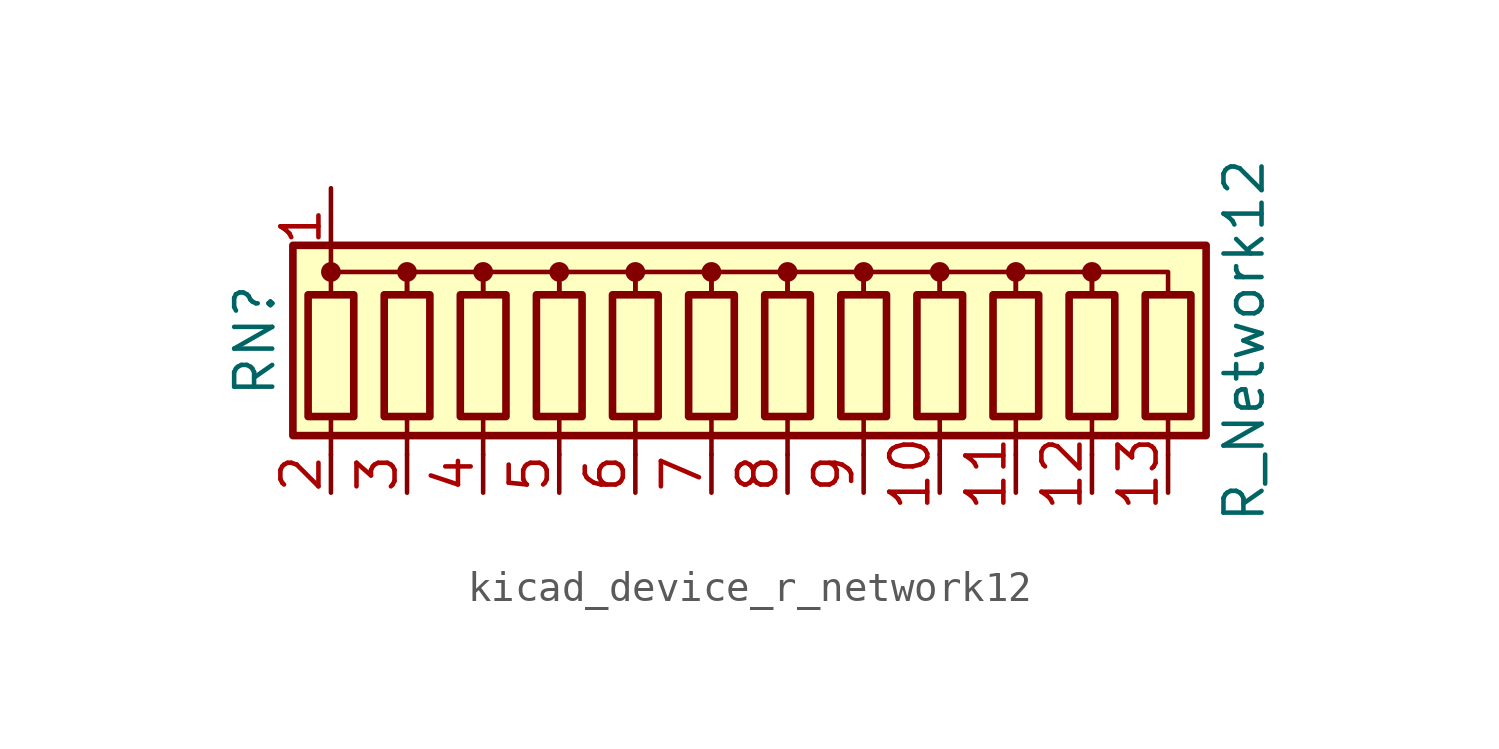
<source format=kicad_sym>
(kicad_symbol_lib
  (version 20220914)
  (generator kicad_symbol_editor)
  (symbol "kicad_device_r_network12"
    (pin_names
      (offset 0) hide)
    (property "Reference" "RN"
      (at -17.78 0 90)
      (effects (font (size 1.27 1.27))))
    (property "Value" "R_Network12"
      (at 15.24 0 90)
      (effects (font (size 1.27 1.27))))
    (symbol "kicad_device_r_network12_0_1"
      (rectangle (start -16.51 -3.175) (end 13.97 3.175) (stroke (width 0.254) (type default)) (fill (type background)))
      (rectangle (start -16.002 1.524) (end -14.478 -2.54) (stroke (width 0.254) (type default)) (fill (type none)))
      (circle (center -15.24 2.286) (radius 0.254) (stroke (width 0) (type default)) (fill (type outline)))
      (rectangle (start -13.462 1.524) (end -11.938 -2.54) (stroke (width 0.254) (type default)) (fill (type none)))
      (circle (center -12.7 2.286) (radius 0.254) (stroke (width 0) (type default)) (fill (type outline)))
      (rectangle (start -10.922 1.524) (end -9.398 -2.54) (stroke (width 0.254) (type default)) (fill (type none)))
      (circle (center -10.16 2.286) (radius 0.254) (stroke (width 0) (type default)) (fill (type outline)))
      (rectangle (start -8.382 1.524) (end -6.858 -2.54) (stroke (width 0.254) (type default)) (fill (type none)))
      (circle (center -7.62 2.286) (radius 0.254) (stroke (width 0) (type default)) (fill (type outline)))
      (rectangle (start -5.842 1.524) (end -4.318 -2.54) (stroke (width 0.254) (type default)) (fill (type none)))
      (circle (center -5.08 2.286) (radius 0.254) (stroke (width 0) (type default)) (fill (type outline)))
      (rectangle (start -3.302 1.524) (end -1.778 -2.54) (stroke (width 0.254) (type default)) (fill (type none)))
      (circle (center -2.54 2.286) (radius 0.254) (stroke (width 0) (type default)) (fill (type outline)))
      (rectangle (start -0.762 1.524) (end 0.762 -2.54) (stroke (width 0.254) (type default)) (fill (type none)))
      (polyline (pts (xy -15.24 -2.54) (xy -15.24 -3.81)) (stroke (width 0) (type default)) (fill (type none)))
      (polyline (pts (xy -12.7 -2.54) (xy -12.7 -3.81)) (stroke (width 0) (type default)) (fill (type none)))
      (polyline (pts (xy -10.16 -2.54) (xy -10.16 -3.81)) (stroke (width 0) (type default)) (fill (type none)))
      (polyline (pts (xy -7.62 -2.54) (xy -7.62 -3.81)) (stroke (width 0) (type default)) (fill (type none)))
      (polyline (pts (xy -5.08 -2.54) (xy -5.08 -3.81)) (stroke (width 0) (type default)) (fill (type none)))
      (polyline (pts (xy -2.54 -2.54) (xy -2.54 -3.81)) (stroke (width 0) (type default)) (fill (type none)))
      (polyline (pts (xy 0 -2.54) (xy 0 -3.81)) (stroke (width 0) (type default)) (fill (type none)))
      (polyline (pts (xy 2.54 -2.54) (xy 2.54 -3.81)) (stroke (width 0) (type default)) (fill (type none)))
      (polyline (pts (xy 5.08 -2.54) (xy 5.08 -3.81)) (stroke (width 0) (type default)) (fill (type none)))
      (polyline (pts (xy 7.62 -2.54) (xy 7.62 -3.81)) (stroke (width 0) (type default)) (fill (type none)))
      (polyline (pts (xy 10.16 -2.54) (xy 10.16 -3.81)) (stroke (width 0) (type default)) (fill (type none)))
      (polyline (pts (xy 12.7 -2.54) (xy 12.7 -3.81)) (stroke (width 0) (type default)) (fill (type none)))
      (polyline (pts (xy -15.24 1.524) (xy -15.24 2.286) (xy -12.7 2.286) (xy -12.7 1.524)) (stroke (width 0) (type default)) (fill (type none)))
      (polyline (pts (xy -12.7 1.524) (xy -12.7 2.286) (xy -10.16 2.286) (xy -10.16 1.524)) (stroke (width 0) (type default)) (fill (type none)))
      (polyline (pts (xy -10.16 1.524) (xy -10.16 2.286) (xy -7.62 2.286) (xy -7.62 1.524)) (stroke (width 0) (type default)) (fill (type none)))
      (polyline (pts (xy -7.62 1.524) (xy -7.62 2.286) (xy -5.08 2.286) (xy -5.08 1.524)) (stroke (width 0) (type default)) (fill (type none)))
      (polyline (pts (xy -5.08 1.524) (xy -5.08 2.286) (xy -2.54 2.286) (xy -2.54 1.524)) (stroke (width 0) (type default)) (fill (type none)))
      (polyline (pts (xy -2.54 1.524) (xy -2.54 2.286) (xy 0 2.286) (xy 0 1.524)) (stroke (width 0) (type default)) (fill (type none)))
      (polyline (pts (xy 0 1.524) (xy 0 2.286) (xy 2.54 2.286) (xy 2.54 1.524)) (stroke (width 0) (type default)) (fill (type none)))
      (polyline (pts (xy 2.54 1.524) (xy 2.54 2.286) (xy 5.08 2.286) (xy 5.08 1.524)) (stroke (width 0) (type default)) (fill (type none)))
      (polyline (pts (xy 5.08 1.524) (xy 5.08 2.286) (xy 7.62 2.286) (xy 7.62 1.524)) (stroke (width 0) (type default)) (fill (type none)))
      (polyline (pts (xy 7.62 1.524) (xy 7.62 2.286) (xy 10.16 2.286) (xy 10.16 1.524)) (stroke (width 0) (type default)) (fill (type none)))
      (polyline (pts (xy 10.16 1.524) (xy 10.16 2.286) (xy 12.7 2.286) (xy 12.7 1.524)) (stroke (width 0) (type default)) (fill (type none)))
      (circle (center 0 2.286) (radius 0.254) (stroke (width 0) (type default)) (fill (type outline)))
      (rectangle (start 1.778 1.524) (end 3.302 -2.54) (stroke (width 0.254) (type default)) (fill (type none)))
      (circle (center 2.54 2.286) (radius 0.254) (stroke (width 0) (type default)) (fill (type outline)))
      (rectangle (start 4.318 1.524) (end 5.842 -2.54) (stroke (width 0.254) (type default)) (fill (type none)))
      (circle (center 5.08 2.286) (radius 0.254) (stroke (width 0) (type default)) (fill (type outline)))
      (rectangle (start 6.858 1.524) (end 8.382 -2.54) (stroke (width 0.254) (type default)) (fill (type none)))
      (circle (center 7.62 2.286) (radius 0.254) (stroke (width 0) (type default)) (fill (type outline)))
      (rectangle (start 9.398 1.524) (end 10.922 -2.54) (stroke (width 0.254) (type default)) (fill (type none)))
      (circle (center 10.16 2.286) (radius 0.254) (stroke (width 0) (type default)) (fill (type outline)))
      (rectangle (start 11.938 1.524) (end 13.462 -2.54) (stroke (width 0.254) (type default)) (fill (type none))))
    (symbol "kicad_device_r_network12_1_1"
      (pin passive line (at -15.24 5.08 270) (length 2.54) (name "common" (effects (font (size 1.27 1.27)))) (number "1" (effects (font (size 1.27 1.27)))))
      (pin passive line (at 5.08 -5.08 90) (length 1.27) (name "R9" (effects (font (size 1.27 1.27)))) (number "10" (effects (font (size 1.27 1.27)))))
      (pin passive line (at 7.62 -5.08 90) (length 1.27) (name "R10" (effects (font (size 1.27 1.27)))) (number "11" (effects (font (size 1.27 1.27)))))
      (pin passive line (at 10.16 -5.08 90) (length 1.27) (name "R11" (effects (font (size 1.27 1.27)))) (number "12" (effects (font (size 1.27 1.27)))))
      (pin passive line (at 12.7 -5.08 90) (length 1.27) (name "R12" (effects (font (size 1.27 1.27)))) (number "13" (effects (font (size 1.27 1.27)))))
      (pin passive line (at -15.24 -5.08 90) (length 1.27) (name "R1" (effects (font (size 1.27 1.27)))) (number "2" (effects (font (size 1.27 1.27)))))
      (pin passive line (at -12.7 -5.08 90) (length 1.27) (name "R2" (effects (font (size 1.27 1.27)))) (number "3" (effects (font (size 1.27 1.27)))))
      (pin passive line (at -10.16 -5.08 90) (length 1.27) (name "R3" (effects (font (size 1.27 1.27)))) (number "4" (effects (font (size 1.27 1.27)))))
      (pin passive line (at -7.62 -5.08 90) (length 1.27) (name "R4" (effects (font (size 1.27 1.27)))) (number "5" (effects (font (size 1.27 1.27)))))
      (pin passive line (at -5.08 -5.08 90) (length 1.27) (name "R5" (effects (font (size 1.27 1.27)))) (number "6" (effects (font (size 1.27 1.27)))))
      (pin passive line (at -2.54 -5.08 90) (length 1.27) (name "R6" (effects (font (size 1.27 1.27)))) (number "7" (effects (font (size 1.27 1.27)))))
      (pin passive line (at 0 -5.08 90) (length 1.27) (name "R7" (effects (font (size 1.27 1.27)))) (number "8" (effects (font (size 1.27 1.27)))))
      (pin passive line (at 2.54 -5.08 90) (length 1.27) (name "R8" (effects (font (size 1.27 1.27)))) (number "9" (effects (font (size 1.27 1.27))))))))
</source>
